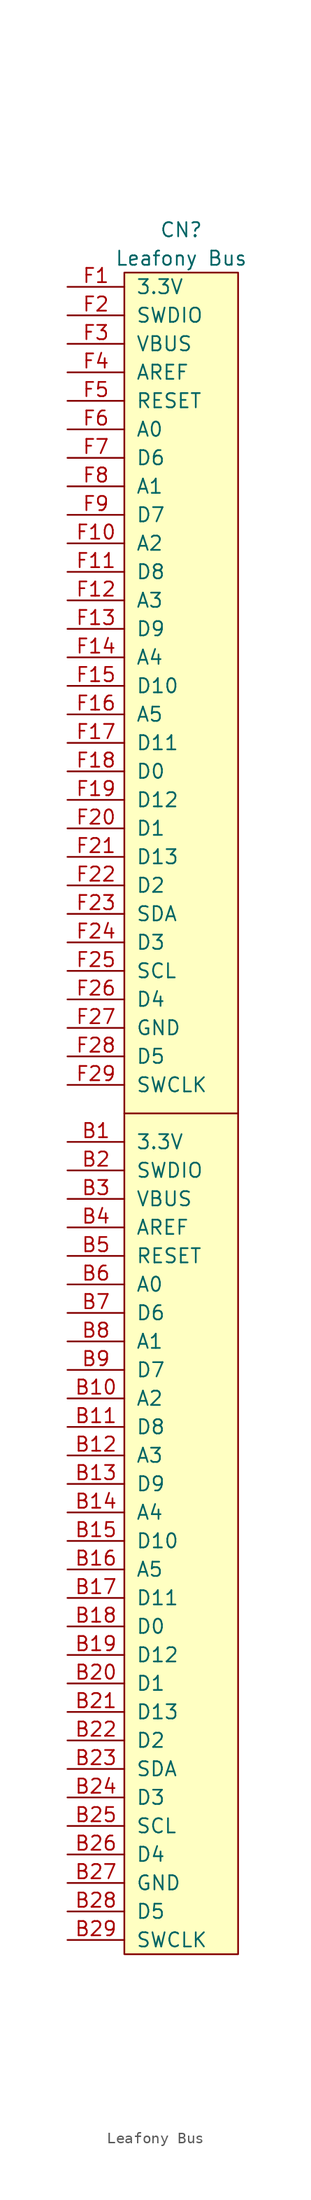
<source format=kicad_sym>
(kicad_symbol_lib
  (version 20211014)
  (generator kicad_symbol_editor)
  (symbol "Leafony Bus"
    (pin_names
      (offset 1.016))
    (property "Reference" "CN"
      (at 10.16 5.08 0)
      (effects (font (size 1.27 1.27))))
    (property "Value" "Leafony Bus"
      (at 10.16 2.54 0)
      (effects (font (size 1.27 1.27))))
    (symbol "Leafony Bus_0_1"
      (polyline (pts (xy 5.08 -73.66) (xy 15.24 -73.66)) (stroke (width 0) (type default) (color 0 0 0 0)) (fill (type none)))
      (rectangle (start 5.08 1.27) (end 15.24 -148.59) (stroke (width 0) (type default) (color 0 0 0 0)) (fill (type background))))
    (symbol "Leafony Bus_1_1"
      (pin passive line (at 0 -76.2 0) (length 5.08) (name "3.3V" (effects (font (size 1.27 1.27)))) (number "B1" (effects (font (size 1.27 1.27)))))
      (pin passive line (at 0 -99.06 0) (length 5.08) (name "A2" (effects (font (size 1.27 1.27)))) (number "B10" (effects (font (size 1.27 1.27)))))
      (pin passive line (at 0 -101.6 0) (length 5.08) (name "D8" (effects (font (size 1.27 1.27)))) (number "B11" (effects (font (size 1.27 1.27)))))
      (pin passive line (at 0 -104.14 0) (length 5.08) (name "A3" (effects (font (size 1.27 1.27)))) (number "B12" (effects (font (size 1.27 1.27)))))
      (pin passive line (at 0 -106.68 0) (length 5.08) (name "D9" (effects (font (size 1.27 1.27)))) (number "B13" (effects (font (size 1.27 1.27)))))
      (pin passive line (at 0 -109.22 0) (length 5.08) (name "A4" (effects (font (size 1.27 1.27)))) (number "B14" (effects (font (size 1.27 1.27)))))
      (pin passive line (at 0 -111.76 0) (length 5.08) (name "D10" (effects (font (size 1.27 1.27)))) (number "B15" (effects (font (size 1.27 1.27)))))
      (pin passive line (at 0 -114.3 0) (length 5.08) (name "A5" (effects (font (size 1.27 1.27)))) (number "B16" (effects (font (size 1.27 1.27)))))
      (pin passive line (at 0 -116.84 0) (length 5.08) (name "D11" (effects (font (size 1.27 1.27)))) (number "B17" (effects (font (size 1.27 1.27)))))
      (pin passive line (at 0 -119.38 0) (length 5.08) (name "D0" (effects (font (size 1.27 1.27)))) (number "B18" (effects (font (size 1.27 1.27)))))
      (pin passive line (at 0 -121.92 0) (length 5.08) (name "D12" (effects (font (size 1.27 1.27)))) (number "B19" (effects (font (size 1.27 1.27)))))
      (pin passive line (at 0 -78.74 0) (length 5.08) (name "SWDIO" (effects (font (size 1.27 1.27)))) (number "B2" (effects (font (size 1.27 1.27)))))
      (pin passive line (at 0 -124.46 0) (length 5.08) (name "D1" (effects (font (size 1.27 1.27)))) (number "B20" (effects (font (size 1.27 1.27)))))
      (pin passive line (at 0 -127 0) (length 5.08) (name "D13" (effects (font (size 1.27 1.27)))) (number "B21" (effects (font (size 1.27 1.27)))))
      (pin passive line (at 0 -129.54 0) (length 5.08) (name "D2" (effects (font (size 1.27 1.27)))) (number "B22" (effects (font (size 1.27 1.27)))))
      (pin passive line (at 0 -132.08 0) (length 5.08) (name "SDA" (effects (font (size 1.27 1.27)))) (number "B23" (effects (font (size 1.27 1.27)))))
      (pin passive line (at 0 -134.62 0) (length 5.08) (name "D3" (effects (font (size 1.27 1.27)))) (number "B24" (effects (font (size 1.27 1.27)))))
      (pin passive line (at 0 -137.16 0) (length 5.08) (name "SCL" (effects (font (size 1.27 1.27)))) (number "B25" (effects (font (size 1.27 1.27)))))
      (pin passive line (at 0 -139.7 0) (length 5.08) (name "D4" (effects (font (size 1.27 1.27)))) (number "B26" (effects (font (size 1.27 1.27)))))
      (pin passive line (at 0 -142.24 0) (length 5.08) (name "GND" (effects (font (size 1.27 1.27)))) (number "B27" (effects (font (size 1.27 1.27)))))
      (pin passive line (at 0 -144.78 0) (length 5.08) (name "D5" (effects (font (size 1.27 1.27)))) (number "B28" (effects (font (size 1.27 1.27)))))
      (pin passive line (at 0 -147.32 0) (length 5.08) (name "SWCLK" (effects (font (size 1.27 1.27)))) (number "B29" (effects (font (size 1.27 1.27)))))
      (pin passive line (at 0 -81.28 0) (length 5.08) (name "VBUS" (effects (font (size 1.27 1.27)))) (number "B3" (effects (font (size 1.27 1.27)))))
      (pin passive line (at 0 -83.82 0) (length 5.08) (name "AREF" (effects (font (size 1.27 1.27)))) (number "B4" (effects (font (size 1.27 1.27)))))
      (pin passive line (at 0 -86.36 0) (length 5.08) (name "RESET" (effects (font (size 1.27 1.27)))) (number "B5" (effects (font (size 1.27 1.27)))))
      (pin passive line (at 0 -88.9 0) (length 5.08) (name "A0" (effects (font (size 1.27 1.27)))) (number "B6" (effects (font (size 1.27 1.27)))))
      (pin passive line (at 0 -91.44 0) (length 5.08) (name "D6" (effects (font (size 1.27 1.27)))) (number "B7" (effects (font (size 1.27 1.27)))))
      (pin passive line (at 0 -93.98 0) (length 5.08) (name "A1" (effects (font (size 1.27 1.27)))) (number "B8" (effects (font (size 1.27 1.27)))))
      (pin passive line (at 0 -96.52 0) (length 5.08) (name "D7" (effects (font (size 1.27 1.27)))) (number "B9" (effects (font (size 1.27 1.27)))))
      (pin passive line (at 0 0 0) (length 5.08) (name "3.3V" (effects (font (size 1.27 1.27)))) (number "F1" (effects (font (size 1.27 1.27)))))
      (pin passive line (at 0 -22.86 0) (length 5.08) (name "A2" (effects (font (size 1.27 1.27)))) (number "F10" (effects (font (size 1.27 1.27)))))
      (pin passive line (at 0 -25.4 0) (length 5.08) (name "D8" (effects (font (size 1.27 1.27)))) (number "F11" (effects (font (size 1.27 1.27)))))
      (pin passive line (at 0 -27.94 0) (length 5.08) (name "A3" (effects (font (size 1.27 1.27)))) (number "F12" (effects (font (size 1.27 1.27)))))
      (pin passive line (at 0 -30.48 0) (length 5.08) (name "D9" (effects (font (size 1.27 1.27)))) (number "F13" (effects (font (size 1.27 1.27)))))
      (pin passive line (at 0 -33.02 0) (length 5.08) (name "A4" (effects (font (size 1.27 1.27)))) (number "F14" (effects (font (size 1.27 1.27)))))
      (pin passive line (at 0 -35.56 0) (length 5.08) (name "D10" (effects (font (size 1.27 1.27)))) (number "F15" (effects (font (size 1.27 1.27)))))
      (pin passive line (at 0 -38.1 0) (length 5.08) (name "A5" (effects (font (size 1.27 1.27)))) (number "F16" (effects (font (size 1.27 1.27)))))
      (pin passive line (at 0 -40.64 0) (length 5.08) (name "D11" (effects (font (size 1.27 1.27)))) (number "F17" (effects (font (size 1.27 1.27)))))
      (pin passive line (at 0 -43.18 0) (length 5.08) (name "D0" (effects (font (size 1.27 1.27)))) (number "F18" (effects (font (size 1.27 1.27)))))
      (pin passive line (at 0 -45.72 0) (length 5.08) (name "D12" (effects (font (size 1.27 1.27)))) (number "F19" (effects (font (size 1.27 1.27)))))
      (pin passive line (at 0 -2.54 0) (length 5.08) (name "SWDIO" (effects (font (size 1.27 1.27)))) (number "F2" (effects (font (size 1.27 1.27)))))
      (pin passive line (at 0 -48.26 0) (length 5.08) (name "D1" (effects (font (size 1.27 1.27)))) (number "F20" (effects (font (size 1.27 1.27)))))
      (pin passive line (at 0 -50.8 0) (length 5.08) (name "D13" (effects (font (size 1.27 1.27)))) (number "F21" (effects (font (size 1.27 1.27)))))
      (pin passive line (at 0 -53.34 0) (length 5.08) (name "D2" (effects (font (size 1.27 1.27)))) (number "F22" (effects (font (size 1.27 1.27)))))
      (pin passive line (at 0 -55.88 0) (length 5.08) (name "SDA" (effects (font (size 1.27 1.27)))) (number "F23" (effects (font (size 1.27 1.27)))))
      (pin passive line (at 0 -58.42 0) (length 5.08) (name "D3" (effects (font (size 1.27 1.27)))) (number "F24" (effects (font (size 1.27 1.27)))))
      (pin passive line (at 0 -60.96 0) (length 5.08) (name "SCL" (effects (font (size 1.27 1.27)))) (number "F25" (effects (font (size 1.27 1.27)))))
      (pin passive line (at 0 -63.5 0) (length 5.08) (name "D4" (effects (font (size 1.27 1.27)))) (number "F26" (effects (font (size 1.27 1.27)))))
      (pin passive line (at 0 -66.04 0) (length 5.08) (name "GND" (effects (font (size 1.27 1.27)))) (number "F27" (effects (font (size 1.27 1.27)))))
      (pin passive line (at 0 -68.58 0) (length 5.08) (name "D5" (effects (font (size 1.27 1.27)))) (number "F28" (effects (font (size 1.27 1.27)))))
      (pin passive line (at 0 -71.12 0) (length 5.08) (name "SWCLK" (effects (font (size 1.27 1.27)))) (number "F29" (effects (font (size 1.27 1.27)))))
      (pin passive line (at 0 -5.08 0) (length 5.08) (name "VBUS" (effects (font (size 1.27 1.27)))) (number "F3" (effects (font (size 1.27 1.27)))))
      (pin passive line (at 0 -7.62 0) (length 5.08) (name "AREF" (effects (font (size 1.27 1.27)))) (number "F4" (effects (font (size 1.27 1.27)))))
      (pin passive line (at 0 -10.16 0) (length 5.08) (name "RESET" (effects (font (size 1.27 1.27)))) (number "F5" (effects (font (size 1.27 1.27)))))
      (pin passive line (at 0 -12.7 0) (length 5.08) (name "A0" (effects (font (size 1.27 1.27)))) (number "F6" (effects (font (size 1.27 1.27)))))
      (pin passive line (at 0 -15.24 0) (length 5.08) (name "D6" (effects (font (size 1.27 1.27)))) (number "F7" (effects (font (size 1.27 1.27)))))
      (pin passive line (at 0 -17.78 0) (length 5.08) (name "A1" (effects (font (size 1.27 1.27)))) (number "F8" (effects (font (size 1.27 1.27)))))
      (pin passive line (at 0 -20.32 0) (length 5.08) (name "D7" (effects (font (size 1.27 1.27)))) (number "F9" (effects (font (size 1.27 1.27))))))))
</source>
